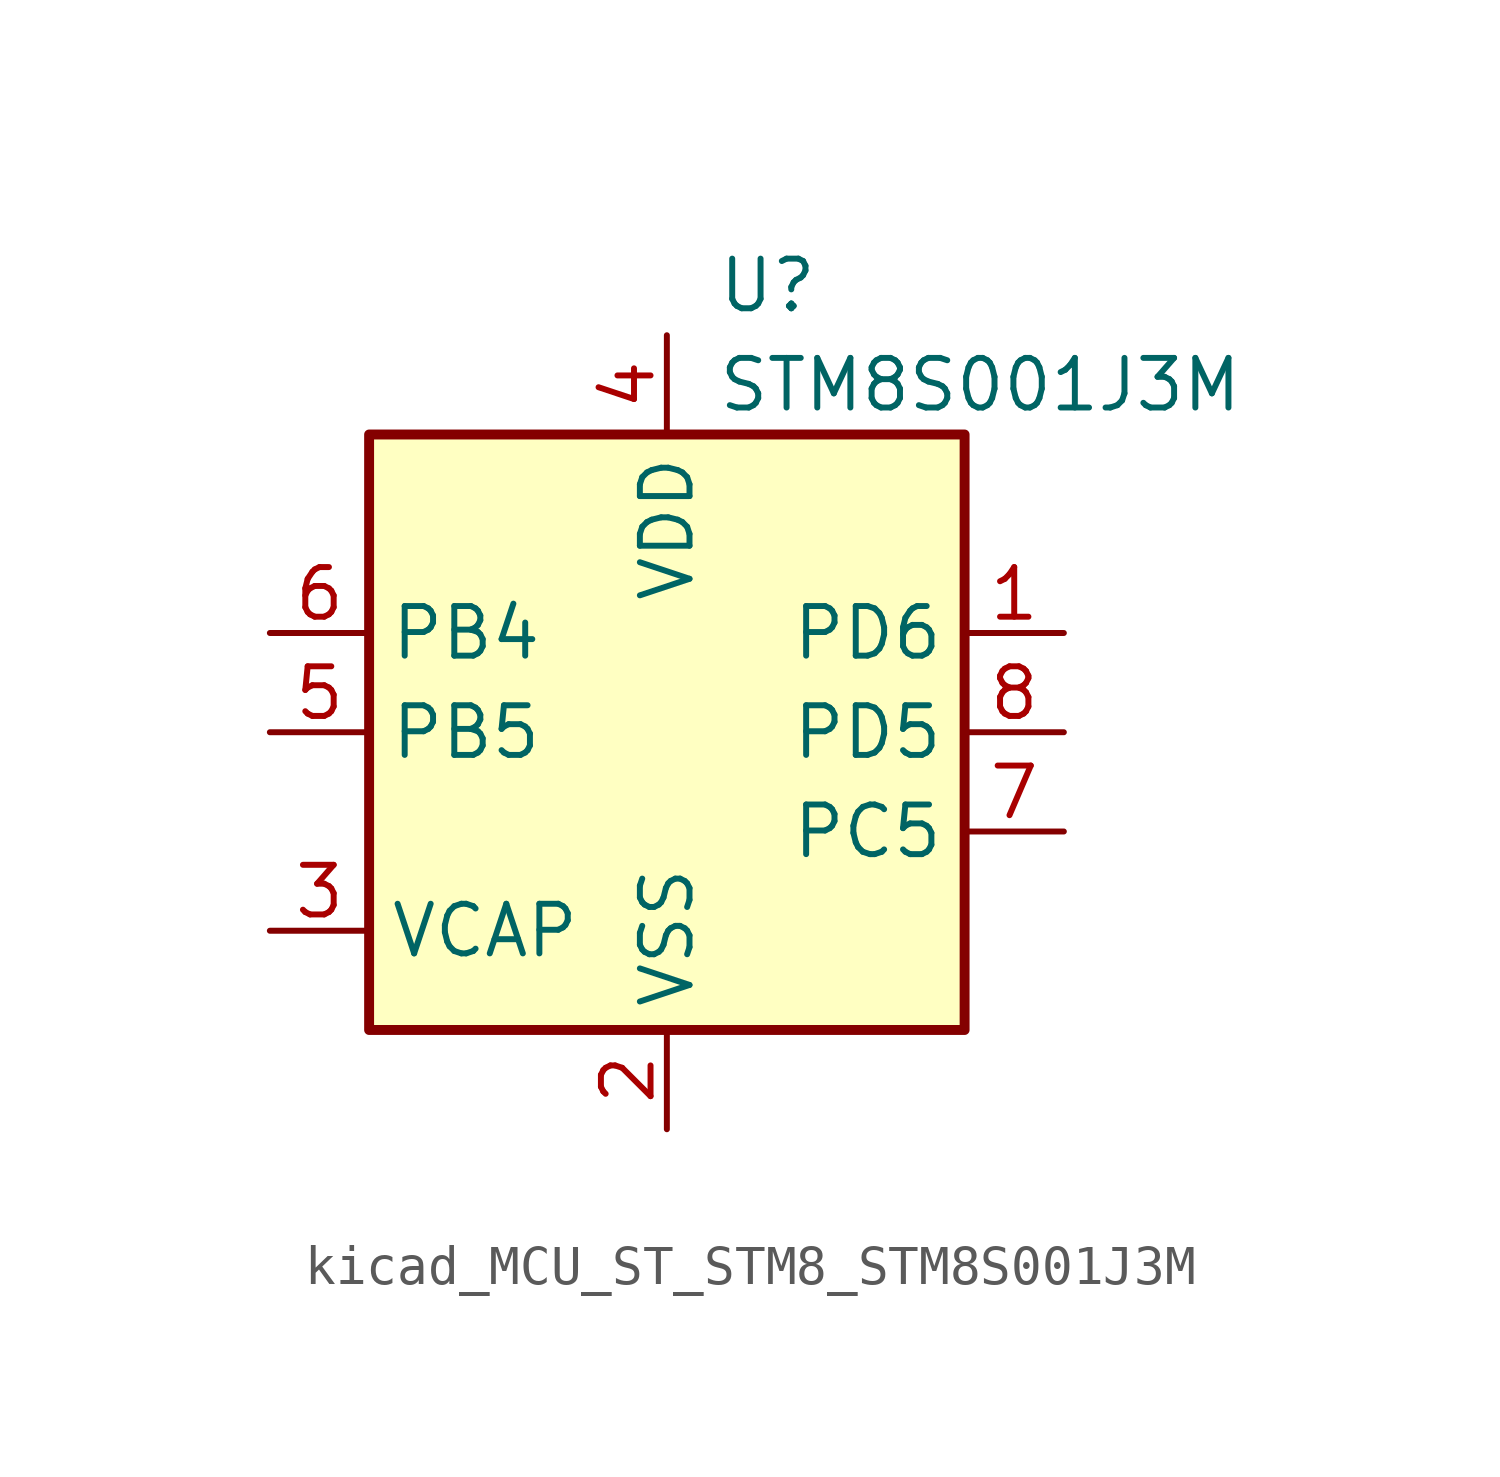
<source format=kicad_sym>
(kicad_symbol_lib
  (version 20220914)
  (generator kicad_symbol_editor)
  (symbol "kicad_MCU_ST_STM8_STM8S001J3M"
    (property "Reference" "U"
      (at 1.27 11.43 0)
      (effects (font (size 1.27 1.27)) (justify left)))
    (property "Value" "STM8S001J3M"
      (at 1.27 8.89 0)
      (effects (font (size 1.27 1.27)) (justify left)))
    (symbol "kicad_MCU_ST_STM8_STM8S001J3M_0_1"
      (rectangle (start -7.62 7.62) (end 7.62 -7.62) (stroke (width 0.254) (type default)) (fill (type background))))
    (symbol "kicad_MCU_ST_STM8_STM8S001J3M_1_1"
      (pin bidirectional line (at 10.16 2.54 180) (length 2.54) (name "PD6" (effects (font (size 1.27 1.27)))) (number "1" (effects (font (size 1.27 1.27)))))
      (pin power_in line (at 0 -10.16 90) (length 2.54) (name "VSS" (effects (font (size 1.27 1.27)))) (number "2" (effects (font (size 1.27 1.27)))))
      (pin passive line (at -10.16 -5.08 0) (length 2.54) (name "VCAP" (effects (font (size 1.27 1.27)))) (number "3" (effects (font (size 1.27 1.27)))))
      (pin power_in line (at 0 10.16 270) (length 2.54) (name "VDD" (effects (font (size 1.27 1.27)))) (number "4" (effects (font (size 1.27 1.27)))))
      (pin bidirectional line (at -10.16 0 0) (length 2.54) (name "PB5" (effects (font (size 1.27 1.27)))) (number "5" (effects (font (size 1.27 1.27)))))
      (pin bidirectional line (at -10.16 2.54 0) (length 2.54) (name "PB4" (effects (font (size 1.27 1.27)))) (number "6" (effects (font (size 1.27 1.27)))))
      (pin bidirectional line (at 10.16 -2.54 180) (length 2.54) (name "PC5" (effects (font (size 1.27 1.27)))) (number "7" (effects (font (size 1.27 1.27)))))
      (pin bidirectional line (at 10.16 0 180) (length 2.54) (name "PD5" (effects (font (size 1.27 1.27)))) (number "8" (effects (font (size 1.27 1.27))))))))
</source>
